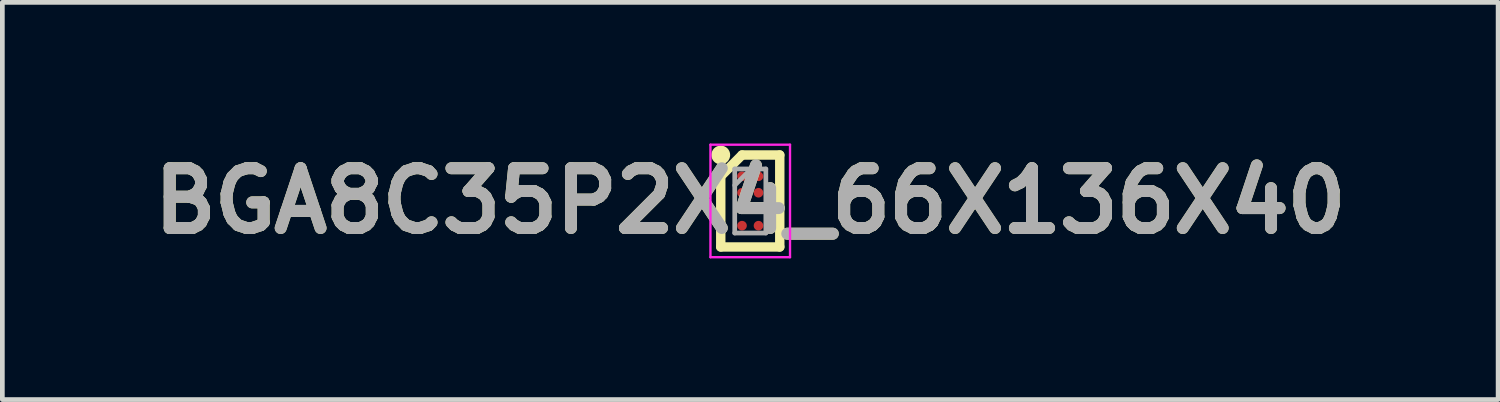
<source format=kicad_pcb>
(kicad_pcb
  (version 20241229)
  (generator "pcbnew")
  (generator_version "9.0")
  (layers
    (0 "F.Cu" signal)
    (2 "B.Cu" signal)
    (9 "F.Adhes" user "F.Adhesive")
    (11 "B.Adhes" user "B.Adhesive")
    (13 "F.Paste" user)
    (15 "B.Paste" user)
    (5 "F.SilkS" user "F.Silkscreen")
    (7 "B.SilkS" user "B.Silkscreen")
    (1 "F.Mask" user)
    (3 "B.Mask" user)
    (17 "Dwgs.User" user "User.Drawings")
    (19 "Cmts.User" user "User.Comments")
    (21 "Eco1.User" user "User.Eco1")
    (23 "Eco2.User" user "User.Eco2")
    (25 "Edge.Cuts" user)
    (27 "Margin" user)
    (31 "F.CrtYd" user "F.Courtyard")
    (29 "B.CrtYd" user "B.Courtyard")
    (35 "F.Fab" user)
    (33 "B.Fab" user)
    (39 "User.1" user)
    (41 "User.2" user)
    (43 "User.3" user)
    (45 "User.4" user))
  (footprint "BGA8C35P2X4_66X136X40"
    (layer "F.Cu")
    (at 12.894 1.221)
    (property "Reference" "BGA8C35P2X4_66X136X40" (at 0 0 0) (layer "F.SilkS") (effects (font (size 1.27 1.27) (thickness 0.254))))
    (attr smd)
    (fp_line (start -0.627 -0.525) (end -0.175 -0.977) (stroke (width 0.2) (type solid)) (layer "F.SilkS"))
    (fp_line (start -0.627 0.977) (end -0.627 -0.525) (stroke (width 0.2) (type solid)) (layer "F.SilkS"))
    (fp_line (start -0.175 -0.977) (end 0.627 -0.977) (stroke (width 0.2) (type solid)) (layer "F.SilkS"))
    (fp_line (start 0.627 -0.977) (end 0.627 0.977) (stroke (width 0.2) (type solid)) (layer "F.SilkS"))
    (fp_line (start 0.627 0.977) (end -0.627 0.977) (stroke (width 0.2) (type solid)) (layer "F.SilkS"))
    (fp_circle (center -0.627 -0.977) (end -0.627 -0.877) (stroke (width 0.2) (type solid)) (fill no) (layer "F.SilkS"))
    (fp_line (start -0.846 -1.196) (end 0.845 -1.196) (stroke (width 0.05) (type solid)) (layer "F.CrtYd"))
    (fp_line (start -0.846 1.195) (end -0.846 -1.196) (stroke (width 0.05) (type solid)) (layer "F.CrtYd"))
    (fp_line (start 0.845 -1.196) (end 0.845 1.195) (stroke (width 0.05) (type solid)) (layer "F.CrtYd"))
    (fp_line (start 0.845 1.195) (end -0.846 1.195) (stroke (width 0.05) (type solid)) (layer "F.CrtYd"))
    (fp_line (start -0.33 -0.68) (end 0.331 -0.68) (stroke (width 0.1) (type solid)) (layer "F.Fab"))
    (fp_line (start -0.33 -0.333) (end 0.018 -0.681) (stroke (width 0.1) (type solid)) (layer "F.Fab"))
    (fp_line (start -0.33 0.681) (end -0.33 -0.68) (stroke (width 0.1) (type solid)) (layer "F.Fab"))
    (fp_line (start 0.331 -0.68) (end 0.331 0.681) (stroke (width 0.1) (type solid)) (layer "F.Fab"))
    (fp_line (start 0.331 0.681) (end -0.33 0.681) (stroke (width 0.1) (type solid)) (layer "F.Fab"))
    (fp_text user "${REFERENCE}" (at 0 0 0) (layer "F.Fab") (effects (font (size 1.27 1.27) (thickness 0.254))))
    (pad "A1" smd circle (at -0.175 -0.525 90) (size 0.204 0.204) (layers "F.Cu" "F.Mask" "F.Paste"))
    (pad "A2" smd circle (at 0.175 -0.525 90) (size 0.204 0.204) (layers "F.Cu" "F.Mask" "F.Paste"))
    (pad "B1" smd circle (at -0.175 -0.175 90) (size 0.204 0.204) (layers "F.Cu" "F.Mask" "F.Paste"))
    (pad "B2" smd circle (at 0.175 -0.175 90) (size 0.204 0.204) (layers "F.Cu" "F.Mask" "F.Paste"))
    (pad "C1" smd circle (at -0.175 0.175 90) (size 0.204 0.204) (layers "F.Cu" "F.Mask" "F.Paste"))
    (pad "C2" smd circle (at 0.175 0.175 90) (size 0.204 0.204) (layers "F.Cu" "F.Mask" "F.Paste"))
    (pad "D1" smd circle (at -0.175 0.525 90) (size 0.204 0.204) (layers "F.Cu" "F.Mask" "F.Paste"))
    (pad "D2" smd circle (at 0.175 0.525 90) (size 0.204 0.204) (layers "F.Cu" "F.Mask" "F.Paste")))
  (gr_rect
    (start -3 -3)
    (end 28.787 5.441)
    (stroke (width 0.1) (type default))
    (fill no)
    (layer "Edge.Cuts")))
</source>
